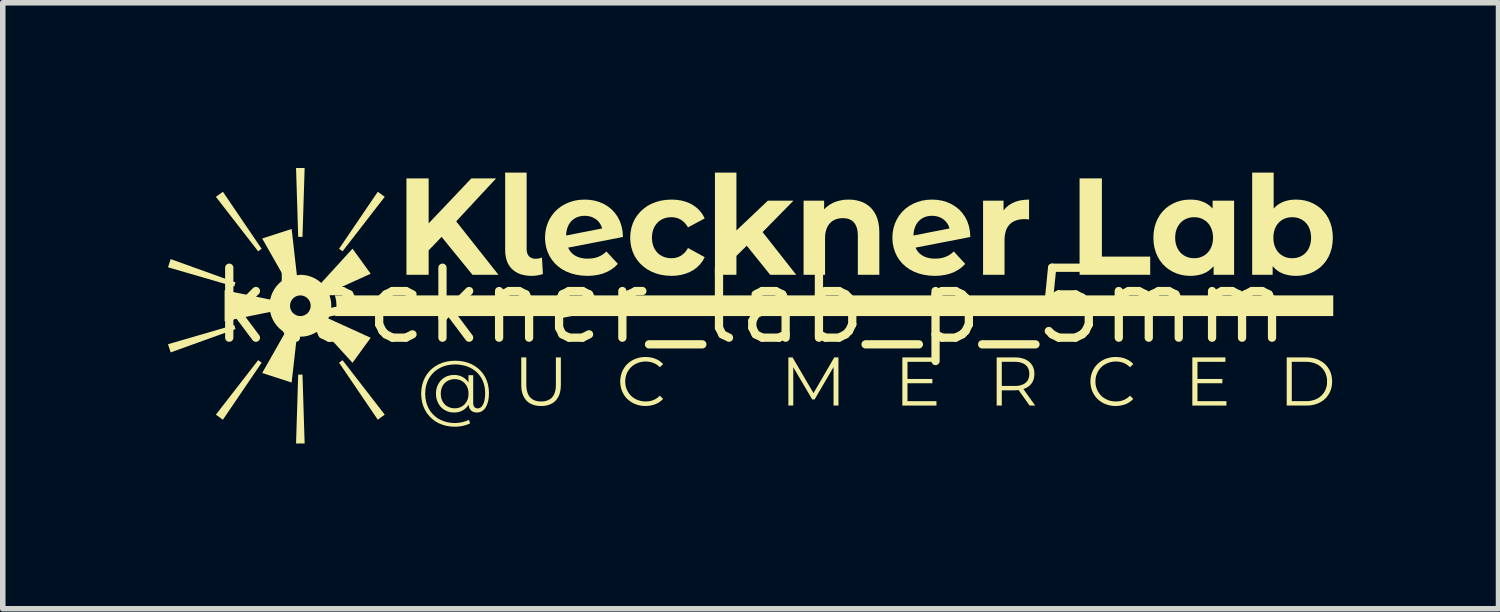
<source format=kicad_pcb>
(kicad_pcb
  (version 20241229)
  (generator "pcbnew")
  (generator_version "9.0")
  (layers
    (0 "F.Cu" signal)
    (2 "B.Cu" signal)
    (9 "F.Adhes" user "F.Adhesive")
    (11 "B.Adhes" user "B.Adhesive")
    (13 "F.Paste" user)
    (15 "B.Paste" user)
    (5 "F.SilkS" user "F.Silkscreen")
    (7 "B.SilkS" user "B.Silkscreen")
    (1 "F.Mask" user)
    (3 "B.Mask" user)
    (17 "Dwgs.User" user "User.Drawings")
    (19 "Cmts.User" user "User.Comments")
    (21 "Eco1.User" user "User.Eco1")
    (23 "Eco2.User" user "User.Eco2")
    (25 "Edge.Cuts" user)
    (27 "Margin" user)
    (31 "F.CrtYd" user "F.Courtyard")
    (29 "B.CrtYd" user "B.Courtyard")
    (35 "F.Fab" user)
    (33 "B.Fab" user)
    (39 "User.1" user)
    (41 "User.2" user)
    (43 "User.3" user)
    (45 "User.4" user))
  (footprint "kleckner_lab_p_5mm"
    (layer "F.Cu")
    (at 10.576 2.5)
    (property "Reference" "kleckner_lab_p_5mm" (at 0 0 0) (layer "F.SilkS") (effects (font (size 1.27 1.27) (thickness 0.15))))
    (attr smd)
    (fp_poly (pts (xy -9.375 0.349) (xy -10.576 0.698) (xy -10.528 0.847) (xy -9.351 0.423) (xy -9.375 0.349)) (stroke (width 0) (type solid)) (fill yes) (layer "F.SilkS"))
    (fp_poly (pts (xy -9.351 -0.423) (xy -10.528 -0.847) (xy -10.576 -0.698) (xy -9.375 -0.349) (xy -9.351 -0.423)) (stroke (width 0) (type solid)) (fill yes) (layer "F.SilkS"))
    (fp_poly (pts (xy -8.94 0.988) (xy -9.707 1.977) (xy -9.58 2.069) (xy -8.877 1.034) (xy -8.94 0.988)) (stroke (width 0) (type solid)) (fill yes) (layer "F.SilkS"))
    (fp_poly (pts (xy -8.877 -1.034) (xy -9.58 -2.069) (xy -9.707 -1.977) (xy -8.94 -0.988) (xy -8.877 -1.034)) (stroke (width 0) (type solid)) (fill yes) (layer "F.SilkS"))
    (fp_poly (pts (xy -8.213 1.25) (xy -8.252 2.5) (xy -8.096 2.5) (xy -8.135 1.25) (xy -8.213 1.25)) (stroke (width 0) (type solid)) (fill yes) (layer "F.SilkS"))
    (fp_poly (pts (xy -8.135 -1.25) (xy -8.096 -2.5) (xy -8.252 -2.5) (xy -8.213 -1.25) (xy -8.135 -1.25)) (stroke (width 0) (type solid)) (fill yes) (layer "F.SilkS"))
    (fp_poly (pts (xy -7.471 1.034) (xy -6.768 2.069) (xy -6.642 1.977) (xy -7.408 0.988) (xy -7.471 1.034)) (stroke (width 0) (type solid)) (fill yes) (layer "F.SilkS"))
    (fp_poly (pts (xy -7.408 -0.988) (xy -6.642 -1.977) (xy -6.768 -2.069) (xy -7.471 -1.034) (xy -7.408 -0.988)) (stroke (width 0) (type solid)) (fill yes) (layer "F.SilkS"))
    (fp_poly (pts (xy 5.971 -0.562) (xy 7.253 -0.562) (xy 7.253 -0.892) (xy 6.376 -0.892) (xy 6.376 -2.312) (xy 5.971 -2.312) (xy 5.971 -0.562)) (stroke (width 0) (type solid)) (fill yes) (layer "F.SilkS"))
    (fp_poly (pts (xy -7.546 -0.188) (xy -7.525 -0.096) (xy -7.518 0) (xy -7.525 0.096) (xy -7.546 0.188) (xy 10.576 0.188) (xy 10.576 -0.188) (xy -7.546 -0.188)) (stroke (width 0) (type solid)) (fill yes) (layer "F.SilkS"))
    (fp_poly (pts (xy -5.05 -0.562) (xy -4.578 -0.562) (xy -5.345 -1.532) (xy -4.62 -2.312) (xy -5.07 -2.312) (xy -5.845 -1.495) (xy -5.845 -2.312) (xy -6.248 -2.312) (xy -6.248 -0.562) (xy -5.845 -0.562) (xy -5.845 -1.005) (xy -5.61 -1.25) (xy -5.05 -0.562)) (stroke (width 0) (type solid)) (fill yes) (layer "F.SilkS"))
    (fp_poly (pts (xy 0.354 -0.562) (xy 0.827 -0.562) (xy 0.217 -1.337) (xy 0.777 -1.907) (xy 0.312 -1.907) (xy -0.258 -1.367) (xy -0.258 -2.417) (xy -0.648 -2.417) (xy -0.648 -0.562) (xy -0.258 -0.562) (xy -0.258 -0.905) (xy -0.071 -1.09) (xy 0.354 -0.562)) (stroke (width 0) (type solid)) (fill yes) (layer "F.SilkS"))
    (fp_poly (pts (xy 2.847 1.732) (xy 2.847 1.407) (xy 3.299 1.407) (xy 3.299 1.329) (xy 2.847 1.329) (xy 2.847 1.018) (xy 3.354 1.018) (xy 3.354 0.938) (xy 2.754 0.938) (xy 2.754 1.812) (xy 3.373 1.812) (xy 3.373 1.732) (xy 2.847 1.732)) (stroke (width 0) (type solid)) (fill yes) (layer "F.SilkS"))
    (fp_poly (pts (xy 8.111 1.732) (xy 8.111 1.407) (xy 8.563 1.407) (xy 8.563 1.329) (xy 8.111 1.329) (xy 8.111 1.018) (xy 8.618 1.018) (xy 8.618 0.938) (xy 8.018 0.938) (xy 8.018 1.812) (xy 8.637 1.812) (xy 8.637 1.732) (xy 8.111 1.732)) (stroke (width 0) (type solid)) (fill yes) (layer "F.SilkS"))
    (fp_poly (pts (xy 1.518 0.938) (xy 1.141 1.586) (xy 0.761 0.938) (xy 0.685 0.938) (xy 0.685 1.812) (xy 0.774 1.812) (xy 0.774 1.116) (xy 1.118 1.701) (xy 1.161 1.701) (xy 1.505 1.113) (xy 1.505 1.812) (xy 1.594 1.812) (xy 1.594 0.938) (xy 1.518 0.938)) (stroke (width 0) (type solid)) (fill yes) (layer "F.SilkS"))
    (fp_poly (pts (xy 4.591 -1.73) (xy 4.591 -1.907) (xy 4.219 -1.907) (xy 4.219 -0.562) (xy 4.609 -0.562) (xy 4.609 -1.198) (xy 4.611 -1.254) (xy 4.619 -1.306) (xy 4.631 -1.354) (xy 4.647 -1.396) (xy 4.668 -1.434) (xy 4.693 -1.467) (xy 4.722 -1.495) (xy 4.754 -1.519) (xy 4.79 -1.538) (xy 4.83 -1.553) (xy 4.872 -1.564) (xy 4.918 -1.57) (xy 4.966 -1.573) (xy 5.054 -1.567) (xy 5.054 -1.927) (xy 4.968 -1.923) (xy 4.888 -1.911) (xy 4.815 -1.891) (xy 4.748 -1.862) (xy 4.688 -1.826) (xy 4.636 -1.782) (xy 4.591 -1.73)) (stroke (width 0) (type solid)) (fill yes) (layer "F.SilkS"))
    (fp_poly (pts (xy -3.973 -0.542) (xy -3.906 -0.546) (xy -3.838 -0.557) (xy -3.771 -0.575) (xy -3.788 -0.877) (xy -3.809 -0.868) (xy -3.836 -0.86) (xy -3.867 -0.855) (xy -3.898 -0.853) (xy -3.922 -0.854) (xy -3.945 -0.857) (xy -3.965 -0.862) (xy -3.984 -0.87) (xy -4.001 -0.88) (xy -4.016 -0.891) (xy -4.029 -0.905) (xy -4.04 -0.921) (xy -4.049 -0.939) (xy -4.057 -0.959) (xy -4.062 -0.981) (xy -4.065 -1.004) (xy -4.066 -1.03) (xy -4.066 -2.417) (xy -4.456 -2.417) (xy -4.456 -1.008) (xy -4.453 -0.941) (xy -4.443 -0.879) (xy -4.428 -0.822) (xy -4.407 -0.77) (xy -4.379 -0.723) (xy -4.347 -0.681) (xy -4.308 -0.645) (xy -4.265 -0.614) (xy -4.216 -0.588) (xy -4.163 -0.568) (xy -4.104 -0.554) (xy -4.041 -0.545) (xy -3.973 -0.542)) (stroke (width 0) (type solid)) (fill yes) (layer "F.SilkS"))
    (fp_poly (pts (xy 1.779 -1.927) (xy 1.702 -1.924) (xy 1.629 -1.912) (xy 1.56 -1.894) (xy 1.495 -1.868) (xy 1.436 -1.835) (xy 1.382 -1.796) (xy 1.334 -1.75) (xy 1.334 -1.907) (xy 0.961 -1.907) (xy 0.961 -0.562) (xy 1.351 -0.562) (xy 1.351 -1.228) (xy 1.353 -1.282) (xy 1.36 -1.332) (xy 1.372 -1.378) (xy 1.387 -1.419) (xy 1.406 -1.455) (xy 1.429 -1.487) (xy 1.456 -1.515) (xy 1.485 -1.538) (xy 1.518 -1.557) (xy 1.553 -1.571) (xy 1.591 -1.582) (xy 1.631 -1.588) (xy 1.674 -1.59) (xy 1.712 -1.588) (xy 1.748 -1.583) (xy 1.781 -1.574) (xy 1.811 -1.561) (xy 1.839 -1.545) (xy 1.863 -1.524) (xy 1.885 -1.5) (xy 1.903 -1.472) (xy 1.918 -1.44) (xy 1.93 -1.405) (xy 1.939 -1.365) (xy 1.944 -1.321) (xy 1.946 -1.272) (xy 1.946 -0.562) (xy 2.336 -0.562) (xy 2.336 -1.333) (xy 2.332 -1.423) (xy 2.32 -1.506) (xy 2.3 -1.581) (xy 2.273 -1.648) (xy 2.239 -1.708) (xy 2.199 -1.76) (xy 2.153 -1.805) (xy 2.101 -1.843) (xy 2.045 -1.874) (xy 1.984 -1.897) (xy 1.919 -1.914) (xy 1.85 -1.924) (xy 1.779 -1.927)) (stroke (width 0) (type solid)) (fill yes) (layer "F.SilkS"))
    (fp_poly (pts (xy -3.804 1.82) (xy -3.754 1.818) (xy -3.707 1.811) (xy -3.664 1.799) (xy -3.624 1.783) (xy -3.588 1.763) (xy -3.556 1.738) (xy -3.527 1.708) (xy -3.503 1.674) (xy -3.482 1.636) (xy -3.466 1.593) (xy -3.455 1.546) (xy -3.448 1.495) (xy -3.445 1.439) (xy -3.445 0.938) (xy -3.535 0.938) (xy -3.535 1.435) (xy -3.537 1.481) (xy -3.542 1.523) (xy -3.551 1.561) (xy -3.562 1.595) (xy -3.577 1.625) (xy -3.595 1.652) (xy -3.616 1.675) (xy -3.641 1.694) (xy -3.668 1.71) (xy -3.698 1.722) (xy -3.73 1.731) (xy -3.766 1.736) (xy -3.804 1.738) (xy -3.842 1.736) (xy -3.877 1.731) (xy -3.91 1.722) (xy -3.94 1.71) (xy -3.967 1.694) (xy -3.991 1.675) (xy -4.012 1.652) (xy -4.03 1.625) (xy -4.045 1.595) (xy -4.056 1.561) (xy -4.065 1.523) (xy -4.07 1.481) (xy -4.072 1.435) (xy -4.072 0.938) (xy -4.164 0.938) (xy -4.164 1.439) (xy -4.162 1.495) (xy -4.155 1.546) (xy -4.143 1.593) (xy -4.127 1.636) (xy -4.106 1.674) (xy -4.082 1.708) (xy -4.053 1.738) (xy -4.021 1.763) (xy -3.984 1.783) (xy -3.944 1.799) (xy -3.901 1.811) (xy -3.854 1.818) (xy -3.804 1.82)) (stroke (width 0) (type solid)) (fill yes) (layer "F.SilkS"))
    (fp_poly (pts (xy 10.087 1.812) (xy 10.15 1.809) (xy 10.209 1.8) (xy 10.265 1.785) (xy 10.317 1.764) (xy 10.364 1.738) (xy 10.407 1.708) (xy 10.445 1.672) (xy 10.477 1.632) (xy 10.505 1.588) (xy 10.527 1.54) (xy 10.543 1.488) (xy 10.552 1.433) (xy 10.556 1.375) (xy 10.552 1.317) (xy 10.543 1.262) (xy 10.527 1.21) (xy 10.505 1.162) (xy 10.477 1.118) (xy 10.445 1.078) (xy 10.407 1.042) (xy 10.364 1.012) (xy 10.317 0.986) (xy 10.265 0.965) (xy 10.209 0.95) (xy 10.15 0.941) (xy 10.087 0.938) (xy 9.731 0.938) (xy 9.731 1.812) (xy 10.087 1.812) (xy 10.082 1.732) (xy 9.823 1.732) (xy 9.823 1.018) (xy 10.082 1.018) (xy 10.134 1.02) (xy 10.183 1.028) (xy 10.229 1.04) (xy 10.271 1.057) (xy 10.31 1.078) (xy 10.344 1.103) (xy 10.375 1.133) (xy 10.402 1.165) (xy 10.424 1.201) (xy 10.441 1.241) (xy 10.454 1.283) (xy 10.462 1.328) (xy 10.464 1.375) (xy 10.462 1.422) (xy 10.454 1.467) (xy 10.441 1.509) (xy 10.424 1.549) (xy 10.402 1.585) (xy 10.375 1.617) (xy 10.344 1.647) (xy 10.31 1.672) (xy 10.271 1.693) (xy 10.229 1.71) (xy 10.183 1.722) (xy 10.134 1.73) (xy 10.082 1.732)) (stroke (width 0) (type solid)) (fill yes) (layer "F.SilkS"))
    (fp_poly (pts (xy 4.559 1.535) (xy 4.794 1.535) (xy 4.864 1.531) (xy 5.064 1.812) (xy 5.165 1.812) (xy 4.951 1.512) (xy 4.988 1.498) (xy 5.021 1.481) (xy 5.051 1.461) (xy 5.077 1.437) (xy 5.099 1.411) (xy 5.118 1.382) (xy 5.132 1.35) (xy 5.143 1.315) (xy 5.149 1.277) (xy 5.151 1.238) (xy 5.149 1.196) (xy 5.142 1.156) (xy 5.13 1.12) (xy 5.115 1.087) (xy 5.094 1.057) (xy 5.07 1.03) (xy 5.041 1.006) (xy 5.009 0.985) (xy 4.973 0.968) (xy 4.933 0.955) (xy 4.89 0.945) (xy 4.844 0.939) (xy 4.794 0.938) (xy 4.466 0.938) (xy 4.466 1.812) (xy 4.559 1.812) (xy 4.559 1.535) (xy 4.559 1.456) (xy 4.559 1.018) (xy 4.791 1.018) (xy 4.83 1.019) (xy 4.866 1.023) (xy 4.899 1.03) (xy 4.929 1.04) (xy 4.956 1.052) (xy 4.98 1.067) (xy 5.001 1.084) (xy 5.019 1.104) (xy 5.033 1.126) (xy 5.044 1.15) (xy 5.052 1.177) (xy 5.057 1.206) (xy 5.059 1.238) (xy 5.057 1.268) (xy 5.052 1.297) (xy 5.044 1.323) (xy 5.033 1.348) (xy 5.019 1.37) (xy 5.001 1.389) (xy 4.98 1.407) (xy 4.956 1.422) (xy 4.929 1.434) (xy 4.899 1.444) (xy 4.866 1.451) (xy 4.83 1.455) (xy 4.791 1.456) (xy 4.559 1.456)) (stroke (width 0) (type solid)) (fill yes) (layer "F.SilkS"))
    (fp_poly (pts (xy -1.91 1.82) (xy -1.856 1.817) (xy -1.804 1.809) (xy -1.754 1.796) (xy -1.708 1.778) (xy -1.664 1.754) (xy -1.625 1.725) (xy -1.589 1.691) (xy -1.648 1.633) (xy -1.685 1.666) (xy -1.724 1.692) (xy -1.766 1.713) (xy -1.811 1.727) (xy -1.858 1.735) (xy -1.907 1.738) (xy -1.954 1.735) (xy -2 1.727) (xy -2.043 1.714) (xy -2.084 1.696) (xy -2.121 1.675) (xy -2.155 1.649) (xy -2.186 1.619) (xy -2.212 1.585) (xy -2.235 1.549) (xy -2.253 1.509) (xy -2.266 1.467) (xy -2.274 1.422) (xy -2.277 1.375) (xy -2.274 1.328) (xy -2.266 1.283) (xy -2.253 1.241) (xy -2.235 1.201) (xy -2.212 1.165) (xy -2.186 1.131) (xy -2.155 1.101) (xy -2.121 1.075) (xy -2.084 1.054) (xy -2.043 1.036) (xy -2 1.023) (xy -1.954 1.015) (xy -1.907 1.012) (xy -1.858 1.015) (xy -1.811 1.023) (xy -1.766 1.037) (xy -1.724 1.057) (xy -1.685 1.083) (xy -1.648 1.116) (xy -1.589 1.058) (xy -1.625 1.024) (xy -1.664 0.995) (xy -1.707 0.972) (xy -1.754 0.953) (xy -1.803 0.94) (xy -1.855 0.933) (xy -1.909 0.93) (xy -1.969 0.933) (xy -2.025 0.943) (xy -2.079 0.959) (xy -2.129 0.98) (xy -2.176 1.007) (xy -2.218 1.039) (xy -2.256 1.075) (xy -2.288 1.116) (xy -2.316 1.161) (xy -2.338 1.21) (xy -2.354 1.262) (xy -2.364 1.317) (xy -2.368 1.375) (xy -2.364 1.433) (xy -2.354 1.488) (xy -2.338 1.54) (xy -2.316 1.589) (xy -2.289 1.634) (xy -2.256 1.675) (xy -2.218 1.711) (xy -2.176 1.743) (xy -2.13 1.77) (xy -2.08 1.791) (xy -2.026 1.807) (xy -1.97 1.817) (xy -1.91 1.82)) (stroke (width 0) (type solid)) (fill yes) (layer "F.SilkS"))
    (fp_poly (pts (xy 6.625 1.82) (xy 6.679 1.817) (xy 6.731 1.809) (xy 6.781 1.796) (xy 6.828 1.778) (xy 6.871 1.754) (xy 6.911 1.725) (xy 6.946 1.691) (xy 6.887 1.633) (xy 6.85 1.666) (xy 6.811 1.692) (xy 6.769 1.713) (xy 6.724 1.727) (xy 6.677 1.735) (xy 6.629 1.738) (xy 6.581 1.735) (xy 6.535 1.727) (xy 6.492 1.714) (xy 6.452 1.696) (xy 6.414 1.675) (xy 6.38 1.649) (xy 6.35 1.619) (xy 6.323 1.585) (xy 6.301 1.549) (xy 6.283 1.509) (xy 6.269 1.467) (xy 6.261 1.422) (xy 6.259 1.375) (xy 6.261 1.328) (xy 6.269 1.283) (xy 6.283 1.241) (xy 6.301 1.201) (xy 6.323 1.165) (xy 6.35 1.131) (xy 6.38 1.101) (xy 6.414 1.075) (xy 6.452 1.054) (xy 6.492 1.036) (xy 6.535 1.023) (xy 6.581 1.015) (xy 6.629 1.012) (xy 6.677 1.015) (xy 6.724 1.023) (xy 6.769 1.037) (xy 6.811 1.057) (xy 6.85 1.083) (xy 6.887 1.116) (xy 6.946 1.058) (xy 6.911 1.024) (xy 6.871 0.995) (xy 6.828 0.972) (xy 6.781 0.953) (xy 6.732 0.94) (xy 6.68 0.933) (xy 6.626 0.93) (xy 6.566 0.933) (xy 6.51 0.943) (xy 6.456 0.959) (xy 6.406 0.98) (xy 6.359 1.007) (xy 6.317 1.039) (xy 6.28 1.075) (xy 6.247 1.116) (xy 6.219 1.161) (xy 6.197 1.21) (xy 6.181 1.262) (xy 6.171 1.317) (xy 6.167 1.375) (xy 6.171 1.433) (xy 6.181 1.488) (xy 6.197 1.54) (xy 6.219 1.589) (xy 6.247 1.634) (xy 6.279 1.675) (xy 6.317 1.711) (xy 6.359 1.743) (xy 6.405 1.77) (xy 6.455 1.791) (xy 6.509 1.807) (xy 6.565 1.817) (xy 6.625 1.82)) (stroke (width 0) (type solid)) (fill yes) (layer "F.SilkS"))
    (fp_poly (pts (xy -3.313 -1.055) (xy -2.318 -1.248) (xy -2.325 -1.351) (xy -2.344 -1.447) (xy -2.374 -1.535) (xy -2.415 -1.615) (xy -2.465 -1.686) (xy -2.524 -1.749) (xy -2.59 -1.802) (xy -2.664 -1.847) (xy -2.744 -1.882) (xy -2.829 -1.907) (xy -2.919 -1.922) (xy -3.013 -1.927) (xy -3.106 -1.922) (xy -3.196 -1.908) (xy -3.28 -1.883) (xy -3.359 -1.85) (xy -3.432 -1.809) (xy -3.498 -1.76) (xy -3.557 -1.703) (xy -3.608 -1.639) (xy -3.652 -1.569) (xy -3.686 -1.493) (xy -3.712 -1.412) (xy -3.727 -1.326) (xy -3.733 -1.235) (xy -3.727 -1.145) (xy -3.712 -1.059) (xy -3.686 -0.978) (xy -3.651 -0.902) (xy -3.606 -0.832) (xy -3.553 -0.768) (xy -3.491 -0.711) (xy -3.422 -0.662) (xy -3.344 -0.62) (xy -3.259 -0.587) (xy -3.168 -0.563) (xy -3.07 -0.548) (xy -2.965 -0.542) (xy -2.865 -0.547) (xy -2.771 -0.561) (xy -2.684 -0.583) (xy -2.605 -0.615) (xy -2.533 -0.655) (xy -2.468 -0.703) (xy -2.41 -0.76) (xy -2.618 -0.985) (xy -2.665 -0.945) (xy -2.715 -0.912) (xy -2.768 -0.887) (xy -2.825 -0.869) (xy -2.887 -0.859) (xy -2.955 -0.855) (xy -3.012 -0.857) (xy -3.064 -0.865) (xy -3.113 -0.877) (xy -3.157 -0.895) (xy -3.198 -0.917) (xy -3.233 -0.944) (xy -3.265 -0.976) (xy -3.291 -1.013) (xy -3.313 -1.055) (xy -3.35 -1.275) (xy -3.346 -1.33) (xy -3.336 -1.38) (xy -3.322 -1.427) (xy -3.303 -1.469) (xy -3.279 -1.506) (xy -3.252 -1.539) (xy -3.22 -1.567) (xy -3.185 -1.59) (xy -3.147 -1.609) (xy -3.105 -1.622) (xy -3.06 -1.63) (xy -3.013 -1.633) (xy -2.965 -1.63) (xy -2.921 -1.622) (xy -2.88 -1.609) (xy -2.842 -1.591) (xy -2.807 -1.569) (xy -2.776 -1.543) (xy -2.75 -1.513) (xy -2.727 -1.479) (xy -2.709 -1.442) (xy -2.695 -1.403) (xy -3.35 -1.275)) (stroke (width 0) (type solid)) (fill yes) (layer "F.SilkS"))
    (fp_poly (pts (xy 2.993 -1.055) (xy 3.988 -1.248) (xy 3.981 -1.351) (xy 3.962 -1.447) (xy 3.932 -1.535) (xy 3.891 -1.615) (xy 3.841 -1.686) (xy 3.782 -1.749) (xy 3.715 -1.802) (xy 3.641 -1.847) (xy 3.561 -1.882) (xy 3.476 -1.907) (xy 3.386 -1.922) (xy 3.293 -1.927) (xy 3.199 -1.922) (xy 3.11 -1.908) (xy 3.026 -1.883) (xy 2.947 -1.85) (xy 2.874 -1.809) (xy 2.808 -1.76) (xy 2.749 -1.703) (xy 2.697 -1.639) (xy 2.654 -1.569) (xy 2.619 -1.493) (xy 2.594 -1.412) (xy 2.578 -1.326) (xy 2.573 -1.235) (xy 2.578 -1.145) (xy 2.594 -1.059) (xy 2.62 -0.978) (xy 2.655 -0.902) (xy 2.699 -0.832) (xy 2.752 -0.768) (xy 2.814 -0.711) (xy 2.884 -0.662) (xy 2.961 -0.62) (xy 3.046 -0.587) (xy 3.138 -0.563) (xy 3.236 -0.548) (xy 3.34 -0.542) (xy 3.441 -0.547) (xy 3.535 -0.561) (xy 3.621 -0.583) (xy 3.701 -0.615) (xy 3.773 -0.655) (xy 3.838 -0.703) (xy 3.895 -0.76) (xy 3.688 -0.985) (xy 3.641 -0.945) (xy 3.591 -0.912) (xy 3.538 -0.887) (xy 3.481 -0.869) (xy 3.418 -0.859) (xy 3.35 -0.855) (xy 3.294 -0.857) (xy 3.241 -0.865) (xy 3.193 -0.877) (xy 3.148 -0.895) (xy 3.108 -0.917) (xy 3.072 -0.944) (xy 3.041 -0.976) (xy 3.015 -1.013) (xy 2.993 -1.055) (xy 2.955 -1.275) (xy 2.96 -1.33) (xy 2.969 -1.38) (xy 2.984 -1.427) (xy 3.003 -1.469) (xy 3.026 -1.506) (xy 3.054 -1.539) (xy 3.085 -1.567) (xy 3.12 -1.59) (xy 3.159 -1.609) (xy 3.201 -1.622) (xy 3.245 -1.63) (xy 3.293 -1.633) (xy 3.34 -1.63) (xy 3.385 -1.622) (xy 3.426 -1.609) (xy 3.464 -1.591) (xy 3.499 -1.569) (xy 3.529 -1.543) (xy 3.556 -1.513) (xy 3.579 -1.479) (xy 3.597 -1.442) (xy 3.61 -1.403) (xy 2.955 -1.275)) (stroke (width 0) (type solid)) (fill yes) (layer "F.SilkS"))
    (fp_poly (pts (xy -1.437 -0.542) (xy -1.345 -0.547) (xy -1.258 -0.561) (xy -1.177 -0.583) (xy -1.101 -0.614) (xy -1.033 -0.652) (xy -0.971 -0.699) (xy -0.917 -0.753) (xy -0.871 -0.814) (xy -0.834 -0.882) (xy -1.137 -1.048) (xy -1.166 -1.002) (xy -1.197 -0.964) (xy -1.232 -0.932) (xy -1.269 -0.906) (xy -1.309 -0.887) (xy -1.351 -0.873) (xy -1.394 -0.865) (xy -1.439 -0.863) (xy -1.484 -0.865) (xy -1.527 -0.872) (xy -1.568 -0.884) (xy -1.606 -0.9) (xy -1.642 -0.921) (xy -1.675 -0.946) (xy -1.704 -0.976) (xy -1.729 -1.009) (xy -1.751 -1.047) (xy -1.768 -1.088) (xy -1.781 -1.134) (xy -1.789 -1.183) (xy -1.792 -1.235) (xy -1.789 -1.287) (xy -1.781 -1.336) (xy -1.768 -1.382) (xy -1.751 -1.423) (xy -1.729 -1.461) (xy -1.704 -1.494) (xy -1.675 -1.524) (xy -1.642 -1.549) (xy -1.606 -1.57) (xy -1.568 -1.586) (xy -1.527 -1.598) (xy -1.484 -1.605) (xy -1.439 -1.607) (xy -1.394 -1.605) (xy -1.351 -1.597) (xy -1.309 -1.583) (xy -1.269 -1.563) (xy -1.232 -1.537) (xy -1.197 -1.505) (xy -1.166 -1.467) (xy -1.137 -1.423) (xy -0.834 -1.585) (xy -0.871 -1.655) (xy -0.917 -1.717) (xy -0.971 -1.772) (xy -1.033 -1.818) (xy -1.101 -1.857) (xy -1.177 -1.888) (xy -1.258 -1.91) (xy -1.345 -1.923) (xy -1.437 -1.927) (xy -1.535 -1.922) (xy -1.629 -1.908) (xy -1.717 -1.884) (xy -1.8 -1.851) (xy -1.876 -1.81) (xy -1.944 -1.76) (xy -2.006 -1.704) (xy -2.059 -1.64) (xy -2.104 -1.571) (xy -2.139 -1.495) (xy -2.165 -1.413) (xy -2.181 -1.326) (xy -2.187 -1.235) (xy -2.181 -1.144) (xy -2.165 -1.057) (xy -2.139 -0.975) (xy -2.104 -0.899) (xy -2.059 -0.83) (xy -2.006 -0.766) (xy -1.944 -0.71) (xy -1.876 -0.66) (xy -1.8 -0.619) (xy -1.717 -0.586) (xy -1.629 -0.562) (xy -1.535 -0.548) (xy -1.437 -0.542)) (stroke (width 0) (type solid)) (fill yes) (layer "F.SilkS"))
    (fp_poly (pts (xy 8.404 -0.718) (xy 8.404 -0.562) (xy 8.776 -0.562) (xy 8.776 -1.907) (xy 8.386 -1.907) (xy 8.386 -1.765) (xy 8.342 -1.809) (xy 8.293 -1.845) (xy 8.239 -1.875) (xy 8.181 -1.898) (xy 8.119 -1.915) (xy 8.053 -1.924) (xy 7.984 -1.927) (xy 7.898 -1.923) (xy 7.815 -1.909) (xy 7.737 -1.886) (xy 7.664 -1.854) (xy 7.596 -1.814) (xy 7.534 -1.767) (xy 7.478 -1.711) (xy 7.429 -1.648) (xy 7.388 -1.578) (xy 7.355 -1.502) (xy 7.331 -1.419) (xy 7.316 -1.33) (xy 7.311 -1.235) (xy 7.316 -1.14) (xy 7.331 -1.051) (xy 7.355 -0.968) (xy 7.388 -0.892) (xy 7.429 -0.822) (xy 7.478 -0.759) (xy 7.534 -0.703) (xy 7.596 -0.656) (xy 7.664 -0.616) (xy 7.737 -0.584) (xy 7.815 -0.561) (xy 7.898 -0.547) (xy 7.984 -0.542) (xy 8.059 -0.546) (xy 8.129 -0.557) (xy 8.194 -0.574) (xy 8.254 -0.599) (xy 8.309 -0.631) (xy 8.359 -0.671) (xy 8.404 -0.718) (xy 8.248 -0.922) (xy 8.214 -0.901) (xy 8.176 -0.884) (xy 8.137 -0.872) (xy 8.095 -0.865) (xy 8.051 -0.863) (xy 8.007 -0.865) (xy 7.965 -0.872) (xy 7.925 -0.884) (xy 7.887 -0.901) (xy 7.852 -0.922) (xy 7.82 -0.947) (xy 7.792 -0.977) (xy 7.767 -1.01) (xy 7.746 -1.048) (xy 7.729 -1.089) (xy 7.716 -1.134) (xy 7.709 -1.183) (xy 7.706 -1.235) (xy 7.709 -1.287) (xy 7.716 -1.336) (xy 7.729 -1.381) (xy 7.746 -1.422) (xy 7.767 -1.46) (xy 7.792 -1.493) (xy 7.82 -1.523) (xy 7.852 -1.548) (xy 7.887 -1.569) (xy 7.925 -1.586) (xy 7.965 -1.598) (xy 8.007 -1.605) (xy 8.051 -1.607) (xy 8.095 -1.605) (xy 8.137 -1.598) (xy 8.176 -1.586) (xy 8.214 -1.569) (xy 8.248 -1.548) (xy 8.28 -1.523) (xy 8.308 -1.493) (xy 8.333 -1.46) (xy 8.354 -1.422) (xy 8.371 -1.381) (xy 8.383 -1.336) (xy 8.391 -1.287) (xy 8.394 -1.235) (xy 8.391 -1.183) (xy 8.383 -1.134) (xy 8.371 -1.089) (xy 8.354 -1.048) (xy 8.333 -1.01) (xy 8.308 -0.977) (xy 8.28 -0.947) (xy 8.248 -0.922)) (stroke (width 0) (type solid)) (fill yes) (layer "F.SilkS"))
    (fp_poly (pts (xy 9.476 -0.718) (xy 9.521 -0.671) (xy 9.571 -0.631) (xy 9.627 -0.599) (xy 9.687 -0.574) (xy 9.753 -0.557) (xy 9.824 -0.546) (xy 9.899 -0.542) (xy 9.984 -0.547) (xy 10.066 -0.561) (xy 10.144 -0.584) (xy 10.217 -0.616) (xy 10.285 -0.656) (xy 10.347 -0.703) (xy 10.402 -0.759) (xy 10.451 -0.822) (xy 10.492 -0.892) (xy 10.524 -0.968) (xy 10.549 -1.051) (xy 10.563 -1.14) (xy 10.569 -1.235) (xy 10.563 -1.33) (xy 10.549 -1.419) (xy 10.524 -1.502) (xy 10.492 -1.578) (xy 10.451 -1.648) (xy 10.402 -1.711) (xy 10.347 -1.767) (xy 10.285 -1.814) (xy 10.217 -1.854) (xy 10.144 -1.886) (xy 10.066 -1.909) (xy 9.984 -1.923) (xy 9.899 -1.927) (xy 9.829 -1.924) (xy 9.763 -1.915) (xy 9.7 -1.898) (xy 9.642 -1.875) (xy 9.588 -1.845) (xy 9.539 -1.809) (xy 9.494 -1.765) (xy 9.494 -2.417) (xy 9.104 -2.417) (xy 9.104 -0.562) (xy 9.476 -0.562) (xy 9.476 -0.718) (xy 9.633 -0.922) (xy 9.601 -0.947) (xy 9.573 -0.977) (xy 9.548 -1.01) (xy 9.528 -1.048) (xy 9.511 -1.089) (xy 9.499 -1.134) (xy 9.491 -1.183) (xy 9.489 -1.235) (xy 9.491 -1.287) (xy 9.499 -1.336) (xy 9.511 -1.381) (xy 9.528 -1.422) (xy 9.548 -1.46) (xy 9.573 -1.493) (xy 9.601 -1.523) (xy 9.633 -1.548) (xy 9.667 -1.569) (xy 9.705 -1.586) (xy 9.745 -1.598) (xy 9.787 -1.605) (xy 9.831 -1.607) (xy 9.875 -1.605) (xy 9.917 -1.598) (xy 9.957 -1.586) (xy 9.995 -1.569) (xy 10.029 -1.548) (xy 10.061 -1.523) (xy 10.089 -1.493) (xy 10.114 -1.46) (xy 10.135 -1.422) (xy 10.151 -1.381) (xy 10.163 -1.336) (xy 10.171 -1.287) (xy 10.174 -1.235) (xy 10.171 -1.183) (xy 10.163 -1.134) (xy 10.151 -1.089) (xy 10.135 -1.048) (xy 10.114 -1.01) (xy 10.089 -0.977) (xy 10.061 -0.947) (xy 10.029 -0.922) (xy 9.995 -0.901) (xy 9.957 -0.884) (xy 9.917 -0.872) (xy 9.875 -0.865) (xy 9.831 -0.863) (xy 9.787 -0.865) (xy 9.745 -0.872) (xy 9.705 -0.884) (xy 9.667 -0.901) (xy 9.633 -0.922)) (stroke (width 0) (type solid)) (fill yes) (layer "F.SilkS"))
    (fp_poly (pts (xy -8.237 -0.554) (xy -8.332 -1.394) (xy -8.867 -1.221) (xy -8.451 -0.489) (xy -8.508 -0.451) (xy -8.56 -0.407) (xy -8.606 -0.357) (xy -8.646 -0.301) (xy -8.679 -0.241) (xy -8.704 -0.178) (xy -8.722 -0.112) (xy -9.549 -0.281) (xy -9.549 0.281) (xy -8.722 0.112) (xy -8.704 0.178) (xy -8.679 0.241) (xy -8.646 0.301) (xy -8.606 0.357) (xy -8.56 0.407) (xy -8.508 0.451) (xy -8.451 0.489) (xy -8.867 1.221) (xy -8.332 1.394) (xy -8.237 0.554) (xy -8.174 0.562) (xy -8.105 0.558) (xy -8.037 0.545) (xy -7.971 0.523) (xy -7.908 0.494) (xy -7.85 0.457) (xy -7.796 0.413) (xy -7.227 1.036) (xy -6.897 0.581) (xy -7.666 0.231) (xy -7.637 0.157) (xy -7.619 0.079) (xy -7.612 0) (xy -7.617 -0.08) (xy -7.635 -0.158) (xy -7.663 -0.233) (xy -6.897 -0.581) (xy -7.227 -1.036) (xy -7.795 -0.414) (xy -7.849 -0.458) (xy -7.908 -0.495) (xy -7.971 -0.524) (xy -8.037 -0.545) (xy -8.105 -0.558) (xy -8.174 -0.562) (xy -8.237 -0.554) (xy -8.197 -0.186) (xy -8.174 -0.188) (xy -8.151 -0.186) (xy -8.129 -0.182) (xy -8.108 -0.175) (xy -8.087 -0.166) (xy -8.068 -0.154) (xy -8.05 -0.14) (xy -8.034 -0.124) (xy -8.02 -0.107) (xy -8.008 -0.087) (xy -7.999 -0.066) (xy -7.992 -0.045) (xy -7.988 -0.023) (xy -7.987 0) (xy -7.988 0.024) (xy -7.993 0.049) (xy -8.001 0.072) (xy -8.012 0.094) (xy -8.025 0.114) (xy -8.041 0.133) (xy -8.06 0.149) (xy -8.08 0.162) (xy -8.102 0.173) (xy -8.126 0.181) (xy -8.15 0.186) (xy -8.174 0.188) (xy -8.199 0.186) (xy -8.223 0.181) (xy -8.246 0.173) (xy -8.268 0.162) (xy -8.288 0.149) (xy -8.307 0.133) (xy -8.323 0.114) (xy -8.336 0.094) (xy -8.347 0.072) (xy -8.355 0.049) (xy -8.36 0.024) (xy -8.362 0) (xy -8.36 -0.023) (xy -8.356 -0.045) (xy -8.349 -0.066) (xy -8.34 -0.087) (xy -8.328 -0.107) (xy -8.314 -0.124) (xy -8.298 -0.14) (xy -8.281 -0.154) (xy -8.261 -0.166) (xy -8.241 -0.175) (xy -8.219 -0.182) (xy -8.197 -0.186)) (stroke (width 0) (type solid)) (fill yes) (layer "F.SilkS"))
    (fp_poly (pts (xy -5.12 1.794) (xy -5.117 1.816) (xy -5.113 1.837) (xy -5.106 1.855) (xy -5.098 1.872) (xy -5.087 1.887) (xy -5.075 1.901) (xy -5.061 1.912) (xy -5.046 1.921) (xy -5.029 1.929) (xy -5.011 1.934) (xy -4.991 1.937) (xy -4.97 1.938) (xy -4.94 1.936) (xy -4.911 1.929) (xy -4.885 1.918) (xy -4.86 1.902) (xy -4.838 1.882) (xy -4.818 1.858) (xy -4.801 1.83) (xy -4.786 1.797) (xy -4.773 1.761) (xy -4.763 1.722) (xy -4.756 1.678) (xy -4.752 1.631) (xy -4.75 1.581) (xy -4.755 1.503) (xy -4.768 1.429) (xy -4.789 1.36) (xy -4.818 1.296) (xy -4.855 1.237) (xy -4.898 1.184) (xy -4.948 1.137) (xy -5.004 1.096) (xy -5.066 1.061) (xy -5.133 1.034) (xy -5.205 1.014) (xy -5.282 1.002) (xy -5.363 0.998) (xy -5.445 1.002) (xy -5.523 1.015) (xy -5.596 1.035) (xy -5.664 1.064) (xy -5.726 1.099) (xy -5.783 1.141) (xy -5.833 1.19) (xy -5.877 1.245) (xy -5.913 1.305) (xy -5.942 1.371) (xy -5.963 1.441) (xy -5.976 1.516) (xy -5.981 1.596) (xy -5.976 1.675) (xy -5.964 1.75) (xy -5.943 1.821) (xy -5.914 1.886) (xy -5.878 1.947) (xy -5.835 2.002) (xy -5.785 2.051) (xy -5.729 2.094) (xy -5.668 2.13) (xy -5.6 2.158) (xy -5.528 2.179) (xy -5.45 2.192) (xy -5.368 2.196) (xy -5.299 2.193) (xy -5.227 2.181) (xy -5.156 2.162) (xy -5.092 2.135) (xy -5.114 2.071) (xy -5.175 2.097) (xy -5.24 2.115) (xy -5.306 2.125) (xy -5.368 2.129) (xy -5.441 2.125) (xy -5.509 2.114) (xy -5.573 2.095) (xy -5.632 2.07) (xy -5.687 2.039) (xy -5.736 2.001) (xy -5.78 1.957) (xy -5.818 1.909) (xy -5.849 1.855) (xy -5.875 1.796) (xy -5.893 1.733) (xy -5.904 1.666) (xy -5.908 1.596) (xy -5.904 1.525) (xy -5.893 1.458) (xy -5.874 1.396) (xy -5.849 1.337) (xy -5.817 1.284) (xy -5.778 1.235) (xy -5.734 1.192) (xy -5.684 1.155) (xy -5.629 1.123) (xy -5.569 1.098) (xy -5.505 1.08) (xy -5.436 1.069) (xy -5.363 1.065) (xy -5.291 1.069) (xy -5.223 1.08) (xy -5.158 1.097) (xy -5.099 1.121) (xy -5.044 1.151) (xy -4.994 1.187) (xy -4.95 1.229) (xy -4.911 1.276) (xy -4.879 1.328) (xy -4.853 1.385) (xy -4.835 1.447) (xy -4.823 1.513) (xy -4.819 1.583) (xy -4.82 1.622) (xy -4.823 1.659) (xy -4.827 1.694) (xy -4.834 1.725) (xy -4.841 1.753) (xy -4.851 1.778) (xy -4.862 1.8) (xy -4.874 1.819) (xy -4.887 1.835) (xy -4.902 1.847) (xy -4.919 1.856) (xy -4.936 1.861) (xy -4.954 1.863) (xy -4.964 1.863) (xy -4.974 1.861) (xy -4.984 1.858) (xy -4.993 1.855) (xy -5.001 1.85) (xy -5.009 1.844) (xy -5.015 1.837) (xy -5.021 1.828) (xy -5.027 1.818) (xy -5.031 1.806) (xy -5.034 1.793) (xy -5.036 1.779) (xy -5.036 1.762) (xy -5.036 1.261) (xy -5.122 1.261) (xy -5.122 1.395) (xy -5.144 1.363) (xy -5.17 1.336) (xy -5.199 1.312) (xy -5.231 1.292) (xy -5.266 1.276) (xy -5.303 1.265) (xy -5.342 1.258) (xy -5.384 1.256) (xy -5.427 1.258) (xy -5.467 1.266) (xy -5.505 1.277) (xy -5.541 1.293) (xy -5.575 1.314) (xy -5.605 1.338) (xy -5.632 1.366) (xy -5.655 1.397) (xy -5.675 1.431) (xy -5.691 1.468) (xy -5.703 1.509) (xy -5.71 1.551) (xy -5.712 1.596) (xy -5.71 1.641) (xy -5.703 1.684) (xy -5.691 1.724) (xy -5.675 1.761) (xy -5.655 1.796) (xy -5.632 1.828) (xy -5.605 1.856) (xy -5.575 1.88) (xy -5.541 1.9) (xy -5.505 1.917) (xy -5.467 1.929) (xy -5.427 1.936) (xy -5.384 1.938) (xy -5.342 1.936) (xy -5.301 1.929) (xy -5.263 1.917) (xy -5.228 1.901) (xy -5.196 1.88) (xy -5.167 1.855) (xy -5.141 1.827) (xy -5.12 1.794) (xy -5.165 1.754) (xy -5.183 1.778) (xy -5.204 1.8) (xy -5.227 1.818) (xy -5.252 1.833) (xy -5.28 1.846) (xy -5.309 1.854) (xy -5.34 1.86) (xy -5.372 1.862) (xy -5.405 1.86) (xy -5.437 1.854) (xy -5.467 1.845) (xy -5.494 1.833) (xy -5.52 1.817) (xy -5.543 1.799) (xy -5.564 1.777) (xy -5.582 1.753) (xy -5.597 1.726) (xy -5.609 1.697) (xy -5.618 1.665) (xy -5.623 1.631) (xy -5.625 1.596) (xy -5.623 1.56) (xy -5.618 1.527) (xy -5.609 1.495) (xy -5.597 1.466) (xy -5.582 1.44) (xy -5.564 1.416) (xy -5.543 1.394) (xy -5.52 1.376) (xy -5.494 1.361) (xy -5.467 1.349) (xy -5.437 1.34) (xy -5.405 1.334) (xy -5.372 1.332) (xy -5.34 1.334) (xy -5.309 1.34) (xy -5.28 1.348) (xy -5.252 1.36) (xy -5.227 1.376) (xy -5.204 1.394) (xy -5.183 1.415) (xy -5.165 1.439) (xy -5.15 1.465) (xy -5.137 1.495) (xy -5.128 1.526) (xy -5.123 1.56) (xy -5.121 1.596) (xy -5.123 1.632) (xy -5.128 1.666) (xy -5.137 1.698) (xy -5.15 1.727) (xy -5.165 1.754)) (stroke (width 0) (type solid)) (fill yes) (layer "F.SilkS")))
  (gr_rect
    (start -3 -3)
    (end 24.152 8)
    (stroke (width 0.1) (type default))
    (fill no)
    (layer "Edge.Cuts")))
</source>
